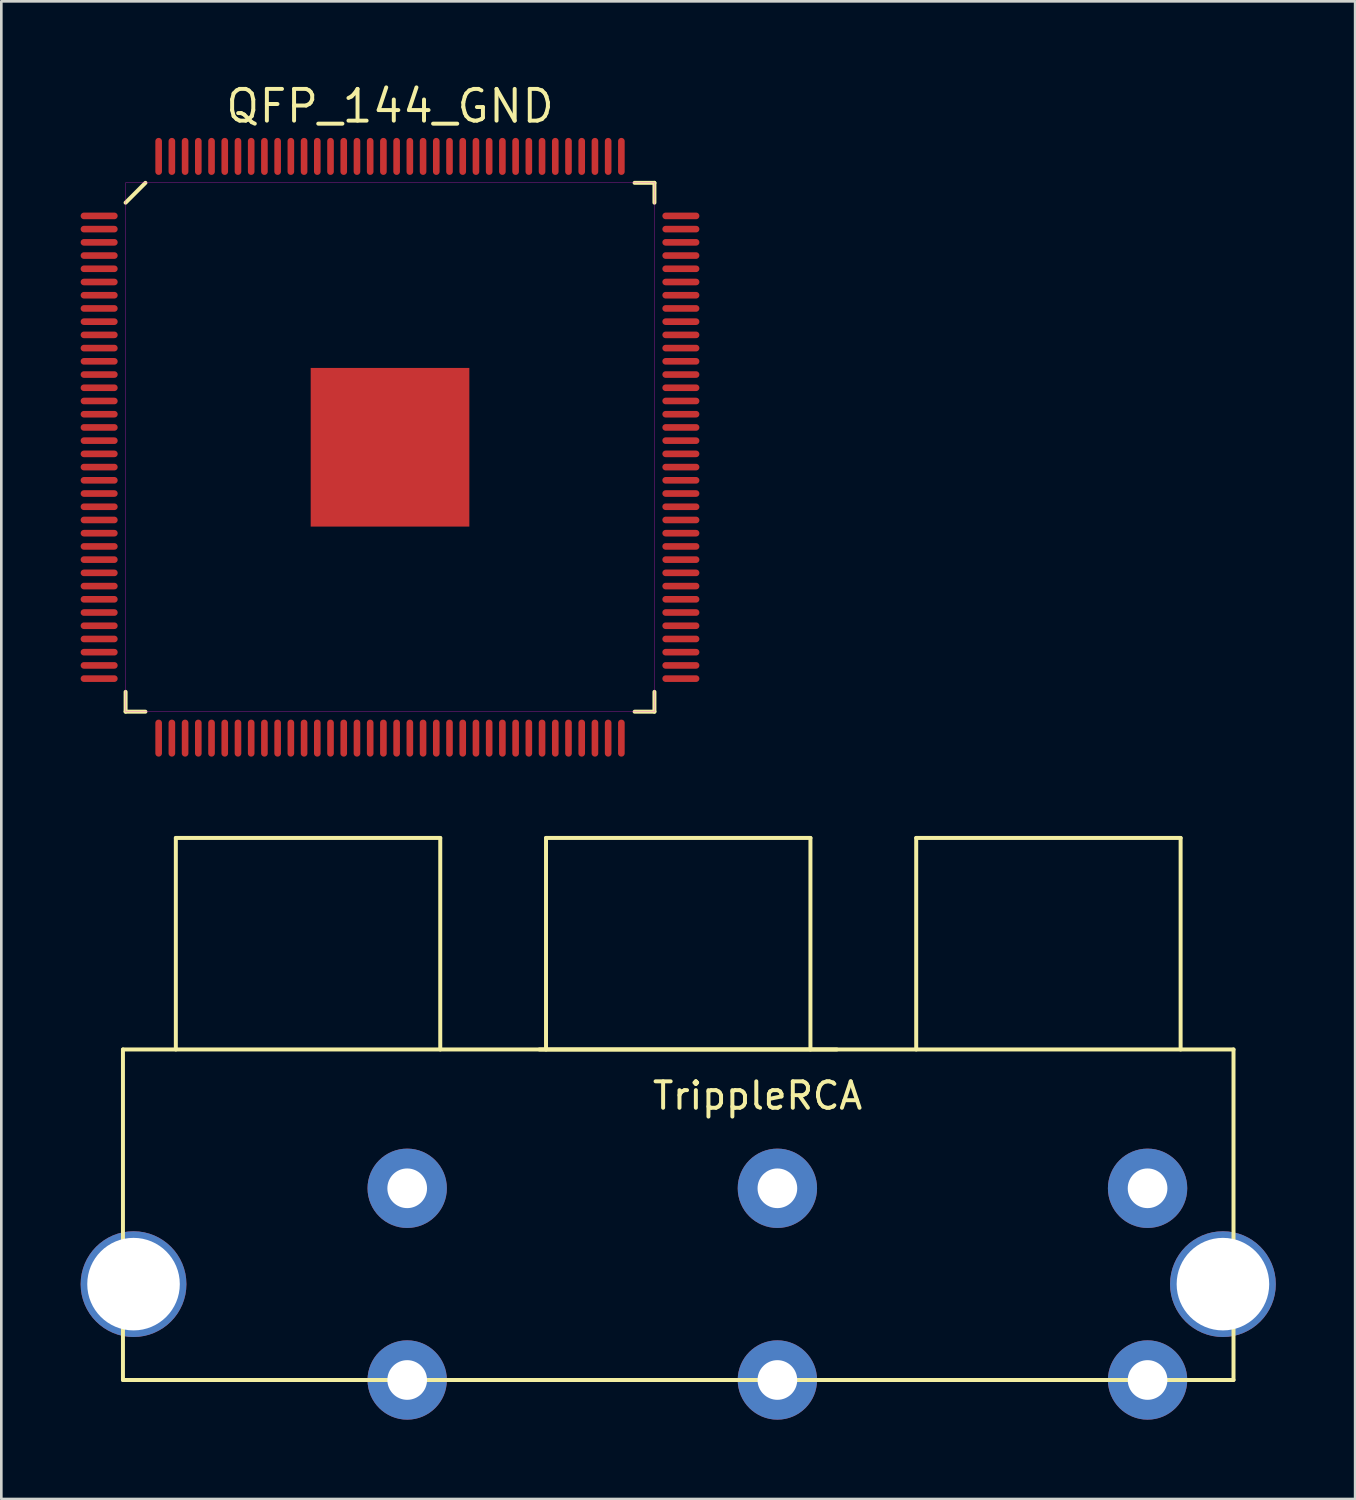
<source format=kicad_pcb>
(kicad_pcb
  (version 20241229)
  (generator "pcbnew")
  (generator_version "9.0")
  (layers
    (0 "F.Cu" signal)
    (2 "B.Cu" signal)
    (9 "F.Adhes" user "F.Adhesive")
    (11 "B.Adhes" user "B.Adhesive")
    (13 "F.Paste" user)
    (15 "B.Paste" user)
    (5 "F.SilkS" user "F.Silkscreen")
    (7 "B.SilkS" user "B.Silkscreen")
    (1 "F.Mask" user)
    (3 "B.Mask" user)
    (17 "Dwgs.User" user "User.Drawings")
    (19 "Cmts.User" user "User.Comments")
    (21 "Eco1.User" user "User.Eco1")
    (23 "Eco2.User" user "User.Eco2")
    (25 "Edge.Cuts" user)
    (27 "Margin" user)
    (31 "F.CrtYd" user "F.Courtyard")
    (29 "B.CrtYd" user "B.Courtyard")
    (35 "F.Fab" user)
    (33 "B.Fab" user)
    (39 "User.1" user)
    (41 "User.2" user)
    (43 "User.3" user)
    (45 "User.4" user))
  (footprint "TrippleRCA"
    (layer "F.Cu")
    (at 22.6 36.64)
    (property "Reference" "TrippleRCA" (at 3 1.75 0) (layer "F.SilkS") (effects (font (size 1 1) (thickness 0.15))))
    (attr through_hole)
    (fp_line (start -21 0) (end -21 12.5) (stroke (width 0.15) (type solid)) (layer "F.SilkS"))
    (fp_line (start -21 12.5) (end 21 12.5) (stroke (width 0.15) (type solid)) (layer "F.SilkS"))
    (fp_line (start -19 -8) (end -19 0) (stroke (width 0.15) (type solid)) (layer "F.SilkS"))
    (fp_line (start -9 -8) (end -19 -8) (stroke (width 0.15) (type solid)) (layer "F.SilkS"))
    (fp_line (start -9 0) (end -9 -8) (stroke (width 0.15) (type solid)) (layer "F.SilkS"))
    (fp_line (start -5.25 0) (end 6 0) (stroke (width 0.15) (type solid)) (layer "F.SilkS"))
    (fp_line (start -5 -8) (end -5 0) (stroke (width 0.15) (type solid)) (layer "F.SilkS"))
    (fp_line (start 5 -8) (end -5 -8) (stroke (width 0.15) (type solid)) (layer "F.SilkS"))
    (fp_line (start 5 0) (end 5 -8) (stroke (width 0.15) (type solid)) (layer "F.SilkS"))
    (fp_line (start 9 -8) (end 19 -8) (stroke (width 0.15) (type solid)) (layer "F.SilkS"))
    (fp_line (start 9 0) (end 9 -8) (stroke (width 0.15) (type solid)) (layer "F.SilkS"))
    (fp_line (start 19 -8) (end 19 0) (stroke (width 0.15) (type solid)) (layer "F.SilkS"))
    (fp_line (start 21 0) (end -21 0) (stroke (width 0.15) (type solid)) (layer "F.SilkS"))
    (fp_line (start 21 12.5) (end 21 0) (stroke (width 0.15) (type solid)) (layer "F.SilkS"))
    (pad "" np_thru_hole circle (at -20.6 8.875) (size 4 4) (drill 3.5) (layers "*.Cu" "*.Mask"))
    (pad "" np_thru_hole circle (at 20.6 8.875) (size 4 4) (drill 3.5) (layers "*.Cu" "*.Mask"))
    (pad "1" thru_hole circle (at -10.25 12.5) (size 3 3) (drill 1.5) (layers "*.Cu" "*.Mask"))
    (pad "2" thru_hole circle (at -10.25 5.25) (size 3 3) (drill 1.5) (layers "*.Cu" "*.Mask"))
    (pad "3" thru_hole circle (at 3.75 12.5) (size 3 3) (drill 1.5) (layers "*.Cu" "*.Mask"))
    (pad "4" thru_hole circle (at 3.75 5.25) (size 3 3) (drill 1.5) (layers "*.Cu" "*.Mask"))
    (pad "5" thru_hole circle (at 17.75 12.5) (size 3 3) (drill 1.5) (layers "*.Cu" "*.Mask"))
    (pad "6" thru_hole circle (at 17.75 5.25) (size 3 3) (drill 1.5) (layers "*.Cu" "*.Mask")))
  (footprint "QFP_144_GND"
    (layer "F.Cu")
    (at 11.7 13.865)
    (property "Reference" "QFP_144_GND" (at 0 -12.9 0) (layer "F.SilkS") (effects (font (size 1.2 1.2) (thickness 0.15))))
    (attr through_hole)
    (fp_line (start -10 -9.25) (end -9.25 -10) (stroke (width 0.15) (type solid)) (layer "F.SilkS"))
    (fp_line (start -10 10) (end -10 9.25) (stroke (width 0.15) (type solid)) (layer "F.SilkS"))
    (fp_line (start -9.25 10) (end -10 10) (stroke (width 0.15) (type solid)) (layer "F.SilkS"))
    (fp_line (start 9.25 -10) (end 10 -10) (stroke (width 0.15) (type solid)) (layer "F.SilkS"))
    (fp_line (start 9.25 10) (end 10 10) (stroke (width 0.15) (type solid)) (layer "F.SilkS"))
    (fp_line (start 10 -10) (end 10 -9.25) (stroke (width 0.15) (type solid)) (layer "F.SilkS"))
    (fp_line (start 10 10) (end 10 9.25) (stroke (width 0.15) (type solid)) (layer "F.SilkS"))
    (fp_line (start -10 -10) (end -10 10) (stroke (width 0.01) (type solid)) (layer "F.CrtYd"))
    (fp_line (start -10 -10) (end 10 -10) (stroke (width 0.01) (type solid)) (layer "F.CrtYd"))
    (fp_line (start -10 10) (end 10 10) (stroke (width 0.01) (type solid)) (layer "F.CrtYd"))
    (fp_line (start 10 -10) (end 10 10) (stroke (width 0.01) (type solid)) (layer "F.CrtYd"))
    (pad "1" smd oval (at -11 -8.75 90) (size 0.25 1.4) (layers "F.Cu" "F.Mask" "F.Paste"))
    (pad "2" smd oval (at -11 -8.25 90) (size 0.25 1.4) (layers "F.Cu" "F.Mask" "F.Paste"))
    (pad "3" smd oval (at -11 -7.75 90) (size 0.25 1.4) (layers "F.Cu" "F.Mask" "F.Paste"))
    (pad "4" smd oval (at -11 -7.25 90) (size 0.25 1.4) (layers "F.Cu" "F.Mask" "F.Paste"))
    (pad "5" smd oval (at -11 -6.75 90) (size 0.25 1.4) (layers "F.Cu" "F.Mask" "F.Paste"))
    (pad "6" smd oval (at -11 -6.25 90) (size 0.25 1.4) (layers "F.Cu" "F.Mask" "F.Paste"))
    (pad "7" smd oval (at -11 -5.75 90) (size 0.25 1.4) (layers "F.Cu" "F.Mask" "F.Paste"))
    (pad "8" smd oval (at -11 -5.25 90) (size 0.25 1.4) (layers "F.Cu" "F.Mask" "F.Paste"))
    (pad "9" smd oval (at -11 -4.75 90) (size 0.25 1.4) (layers "F.Cu" "F.Mask" "F.Paste"))
    (pad "10" smd oval (at -11 -4.25 90) (size 0.25 1.4) (layers "F.Cu" "F.Mask" "F.Paste"))
    (pad "11" smd oval (at -11 -3.75 90) (size 0.25 1.4) (layers "F.Cu" "F.Mask" "F.Paste"))
    (pad "12" smd oval (at -11 -3.25 90) (size 0.25 1.4) (layers "F.Cu" "F.Mask" "F.Paste"))
    (pad "13" smd oval (at -11 -2.75 90) (size 0.25 1.4) (layers "F.Cu" "F.Mask" "F.Paste"))
    (pad "14" smd oval (at -11 -2.25 90) (size 0.25 1.4) (layers "F.Cu" "F.Mask" "F.Paste"))
    (pad "15" smd oval (at -11 -1.75 90) (size 0.25 1.4) (layers "F.Cu" "F.Mask" "F.Paste"))
    (pad "16" smd oval (at -11 -1.25 90) (size 0.25 1.4) (layers "F.Cu" "F.Mask" "F.Paste"))
    (pad "17" smd oval (at -11 -0.75 90) (size 0.25 1.4) (layers "F.Cu" "F.Mask" "F.Paste"))
    (pad "18" smd oval (at -11 -0.25 90) (size 0.25 1.4) (layers "F.Cu" "F.Mask" "F.Paste"))
    (pad "19" smd oval (at -11 0.25 90) (size 0.25 1.4) (layers "F.Cu" "F.Mask" "F.Paste"))
    (pad "20" smd oval (at -11 0.75 90) (size 0.25 1.4) (layers "F.Cu" "F.Mask" "F.Paste"))
    (pad "21" smd oval (at -11 1.25 90) (size 0.25 1.4) (layers "F.Cu" "F.Mask" "F.Paste"))
    (pad "22" smd oval (at -11 1.75 90) (size 0.25 1.4) (layers "F.Cu" "F.Mask" "F.Paste"))
    (pad "23" smd oval (at -11 2.25 90) (size 0.25 1.4) (layers "F.Cu" "F.Mask" "F.Paste"))
    (pad "24" smd oval (at -11 2.75 90) (size 0.25 1.4) (layers "F.Cu" "F.Mask" "F.Paste"))
    (pad "25" smd oval (at -11 3.25 90) (size 0.25 1.4) (layers "F.Cu" "F.Mask" "F.Paste"))
    (pad "26" smd oval (at -11 3.75 90) (size 0.25 1.4) (layers "F.Cu" "F.Mask" "F.Paste"))
    (pad "27" smd oval (at -11 4.25 90) (size 0.25 1.4) (layers "F.Cu" "F.Mask" "F.Paste"))
    (pad "28" smd oval (at -11 4.75 90) (size 0.25 1.4) (layers "F.Cu" "F.Mask" "F.Paste"))
    (pad "29" smd oval (at -11 5.25 90) (size 0.25 1.4) (layers "F.Cu" "F.Mask" "F.Paste"))
    (pad "30" smd oval (at -11 5.75 90) (size 0.25 1.4) (layers "F.Cu" "F.Mask" "F.Paste"))
    (pad "31" smd oval (at -11 6.25 90) (size 0.25 1.4) (layers "F.Cu" "F.Mask" "F.Paste"))
    (pad "32" smd oval (at -11 6.75 90) (size 0.25 1.4) (layers "F.Cu" "F.Mask" "F.Paste"))
    (pad "33" smd oval (at -11 7.25 90) (size 0.25 1.4) (layers "F.Cu" "F.Mask" "F.Paste"))
    (pad "34" smd oval (at -11 7.75 90) (size 0.25 1.4) (layers "F.Cu" "F.Mask" "F.Paste"))
    (pad "35" smd oval (at -11 8.25 90) (size 0.25 1.4) (layers "F.Cu" "F.Mask" "F.Paste"))
    (pad "36" smd oval (at -11 8.75 90) (size 0.25 1.4) (layers "F.Cu" "F.Mask" "F.Paste"))
    (pad "37" smd oval (at -8.75 11) (size 0.25 1.4) (layers "F.Cu" "F.Mask" "F.Paste"))
    (pad "38" smd oval (at -8.25 11) (size 0.25 1.4) (layers "F.Cu" "F.Mask" "F.Paste"))
    (pad "39" smd oval (at -7.75 11) (size 0.25 1.4) (layers "F.Cu" "F.Mask" "F.Paste"))
    (pad "40" smd oval (at -7.25 11) (size 0.25 1.4) (layers "F.Cu" "F.Mask" "F.Paste"))
    (pad "41" smd oval (at -6.75 11) (size 0.25 1.4) (layers "F.Cu" "F.Mask" "F.Paste"))
    (pad "42" smd oval (at -6.25 11) (size 0.25 1.4) (layers "F.Cu" "F.Mask" "F.Paste"))
    (pad "43" smd oval (at -5.75 11) (size 0.25 1.4) (layers "F.Cu" "F.Mask" "F.Paste"))
    (pad "44" smd oval (at -5.25 11) (size 0.25 1.4) (layers "F.Cu" "F.Mask" "F.Paste"))
    (pad "45" smd oval (at -4.75 11) (size 0.25 1.4) (layers "F.Cu" "F.Mask" "F.Paste"))
    (pad "46" smd oval (at -4.25 11) (size 0.25 1.4) (layers "F.Cu" "F.Mask" "F.Paste"))
    (pad "47" smd oval (at -3.75 11) (size 0.25 1.4) (layers "F.Cu" "F.Mask" "F.Paste"))
    (pad "48" smd oval (at -3.25 11) (size 0.25 1.4) (layers "F.Cu" "F.Mask" "F.Paste"))
    (pad "49" smd oval (at -2.75 11) (size 0.25 1.4) (layers "F.Cu" "F.Mask" "F.Paste"))
    (pad "50" smd oval (at -2.25 11) (size 0.25 1.4) (layers "F.Cu" "F.Mask" "F.Paste"))
    (pad "51" smd oval (at -1.75 11) (size 0.25 1.4) (layers "F.Cu" "F.Mask" "F.Paste"))
    (pad "52" smd oval (at -1.25 11) (size 0.25 1.4) (layers "F.Cu" "F.Mask" "F.Paste"))
    (pad "53" smd oval (at -0.75 11) (size 0.25 1.4) (layers "F.Cu" "F.Mask" "F.Paste"))
    (pad "54" smd oval (at -0.25 11) (size 0.25 1.4) (layers "F.Cu" "F.Mask" "F.Paste"))
    (pad "55" smd oval (at 0.25 11) (size 0.25 1.4) (layers "F.Cu" "F.Mask" "F.Paste"))
    (pad "56" smd oval (at 0.75 11) (size 0.25 1.4) (layers "F.Cu" "F.Mask" "F.Paste"))
    (pad "57" smd oval (at 1.25 11) (size 0.25 1.4) (layers "F.Cu" "F.Mask" "F.Paste"))
    (pad "58" smd oval (at 1.75 11) (size 0.25 1.4) (layers "F.Cu" "F.Mask" "F.Paste"))
    (pad "59" smd oval (at 2.25 11) (size 0.25 1.4) (layers "F.Cu" "F.Mask" "F.Paste"))
    (pad "60" smd oval (at 2.75 11) (size 0.25 1.4) (layers "F.Cu" "F.Mask" "F.Paste"))
    (pad "61" smd oval (at 3.25 11) (size 0.25 1.4) (layers "F.Cu" "F.Mask" "F.Paste"))
    (pad "62" smd oval (at 3.75 11) (size 0.25 1.4) (layers "F.Cu" "F.Mask" "F.Paste"))
    (pad "63" smd oval (at 4.25 11) (size 0.25 1.4) (layers "F.Cu" "F.Mask" "F.Paste"))
    (pad "64" smd oval (at 4.75 11) (size 0.25 1.4) (layers "F.Cu" "F.Mask" "F.Paste"))
    (pad "65" smd oval (at 5.25 11) (size 0.25 1.4) (layers "F.Cu" "F.Mask" "F.Paste"))
    (pad "66" smd oval (at 5.75 11) (size 0.25 1.4) (layers "F.Cu" "F.Mask" "F.Paste"))
    (pad "67" smd oval (at 6.25 11) (size 0.25 1.4) (layers "F.Cu" "F.Mask" "F.Paste"))
    (pad "68" smd oval (at 6.75 11) (size 0.25 1.4) (layers "F.Cu" "F.Mask" "F.Paste"))
    (pad "69" smd oval (at 7.25 11) (size 0.25 1.4) (layers "F.Cu" "F.Mask" "F.Paste"))
    (pad "70" smd oval (at 7.75 11) (size 0.25 1.4) (layers "F.Cu" "F.Mask" "F.Paste"))
    (pad "71" smd oval (at 8.25 11) (size 0.25 1.4) (layers "F.Cu" "F.Mask" "F.Paste"))
    (pad "72" smd oval (at 8.75 11) (size 0.25 1.4) (layers "F.Cu" "F.Mask" "F.Paste"))
    (pad "73" smd oval (at 11 8.75 90) (size 0.25 1.4) (layers "F.Cu" "F.Mask" "F.Paste"))
    (pad "74" smd oval (at 11 8.25 90) (size 0.25 1.4) (layers "F.Cu" "F.Mask" "F.Paste"))
    (pad "75" smd oval (at 11 7.75 90) (size 0.25 1.4) (layers "F.Cu" "F.Mask" "F.Paste"))
    (pad "76" smd oval (at 11 7.25 90) (size 0.25 1.4) (layers "F.Cu" "F.Mask" "F.Paste"))
    (pad "77" smd oval (at 11 6.75 90) (size 0.25 1.4) (layers "F.Cu" "F.Mask" "F.Paste"))
    (pad "78" smd oval (at 11 6.25 90) (size 0.25 1.4) (layers "F.Cu" "F.Mask" "F.Paste"))
    (pad "79" smd oval (at 11 5.75 90) (size 0.25 1.4) (layers "F.Cu" "F.Mask" "F.Paste"))
    (pad "80" smd oval (at 11 5.25 90) (size 0.25 1.4) (layers "F.Cu" "F.Mask" "F.Paste"))
    (pad "81" smd oval (at 11 4.75 90) (size 0.25 1.4) (layers "F.Cu" "F.Mask" "F.Paste"))
    (pad "82" smd oval (at 11 4.25 90) (size 0.25 1.4) (layers "F.Cu" "F.Mask" "F.Paste"))
    (pad "83" smd oval (at 11 3.75 90) (size 0.25 1.4) (layers "F.Cu" "F.Mask" "F.Paste"))
    (pad "84" smd oval (at 11 3.25 90) (size 0.25 1.4) (layers "F.Cu" "F.Mask" "F.Paste"))
    (pad "85" smd oval (at 11 2.75 90) (size 0.25 1.4) (layers "F.Cu" "F.Mask" "F.Paste"))
    (pad "86" smd oval (at 11 2.25 90) (size 0.25 1.4) (layers "F.Cu" "F.Mask" "F.Paste"))
    (pad "87" smd oval (at 11 1.75 90) (size 0.25 1.4) (layers "F.Cu" "F.Mask" "F.Paste"))
    (pad "88" smd oval (at 11 1.25 90) (size 0.25 1.4) (layers "F.Cu" "F.Mask" "F.Paste"))
    (pad "89" smd oval (at 11 0.75 90) (size 0.25 1.4) (layers "F.Cu" "F.Mask" "F.Paste"))
    (pad "90" smd oval (at 11 0.25 90) (size 0.25 1.4) (layers "F.Cu" "F.Mask" "F.Paste"))
    (pad "91" smd oval (at 11 -0.25 90) (size 0.25 1.4) (layers "F.Cu" "F.Mask" "F.Paste"))
    (pad "92" smd oval (at 11 -0.75 90) (size 0.25 1.4) (layers "F.Cu" "F.Mask" "F.Paste"))
    (pad "93" smd oval (at 11 -1.25 90) (size 0.25 1.4) (layers "F.Cu" "F.Mask" "F.Paste"))
    (pad "94" smd oval (at 11 -1.75 90) (size 0.25 1.4) (layers "F.Cu" "F.Mask" "F.Paste"))
    (pad "95" smd oval (at 11 -2.25 90) (size 0.25 1.4) (layers "F.Cu" "F.Mask" "F.Paste"))
    (pad "96" smd oval (at 11 -2.75 90) (size 0.25 1.4) (layers "F.Cu" "F.Mask" "F.Paste"))
    (pad "97" smd oval (at 11 -3.25 90) (size 0.25 1.4) (layers "F.Cu" "F.Mask" "F.Paste"))
    (pad "98" smd oval (at 11 -3.75 90) (size 0.25 1.4) (layers "F.Cu" "F.Mask" "F.Paste"))
    (pad "99" smd oval (at 11 -4.25 90) (size 0.25 1.4) (layers "F.Cu" "F.Mask" "F.Paste"))
    (pad "100" smd oval (at 11 -4.75 90) (size 0.25 1.4) (layers "F.Cu" "F.Mask" "F.Paste"))
    (pad "101" smd oval (at 11 -5.25 90) (size 0.25 1.4) (layers "F.Cu" "F.Mask" "F.Paste"))
    (pad "102" smd oval (at 11 -5.75 90) (size 0.25 1.4) (layers "F.Cu" "F.Mask" "F.Paste"))
    (pad "103" smd oval (at 11 -6.25 90) (size 0.25 1.4) (layers "F.Cu" "F.Mask" "F.Paste"))
    (pad "104" smd oval (at 11 -6.75 90) (size 0.25 1.4) (layers "F.Cu" "F.Mask" "F.Paste"))
    (pad "105" smd oval (at 11 -7.25 90) (size 0.25 1.4) (layers "F.Cu" "F.Mask" "F.Paste"))
    (pad "106" smd oval (at 11 -7.75 90) (size 0.25 1.4) (layers "F.Cu" "F.Mask" "F.Paste"))
    (pad "107" smd oval (at 11 -8.25 90) (size 0.25 1.4) (layers "F.Cu" "F.Mask" "F.Paste"))
    (pad "108" smd oval (at 11 -8.75 90) (size 0.25 1.4) (layers "F.Cu" "F.Mask" "F.Paste"))
    (pad "109" smd oval (at 8.75 -11) (size 0.25 1.4) (layers "F.Cu" "F.Mask" "F.Paste"))
    (pad "110" smd oval (at 8.25 -11) (size 0.25 1.4) (layers "F.Cu" "F.Mask" "F.Paste"))
    (pad "111" smd oval (at 7.75 -11) (size 0.25 1.4) (layers "F.Cu" "F.Mask" "F.Paste"))
    (pad "112" smd oval (at 7.25 -11) (size 0.25 1.4) (layers "F.Cu" "F.Mask" "F.Paste"))
    (pad "113" smd oval (at 6.75 -11) (size 0.25 1.4) (layers "F.Cu" "F.Mask" "F.Paste"))
    (pad "114" smd oval (at 6.25 -11) (size 0.25 1.4) (layers "F.Cu" "F.Mask" "F.Paste"))
    (pad "115" smd oval (at 5.75 -11) (size 0.25 1.4) (layers "F.Cu" "F.Mask" "F.Paste"))
    (pad "116" smd oval (at 5.25 -11) (size 0.25 1.4) (layers "F.Cu" "F.Mask" "F.Paste"))
    (pad "117" smd oval (at 4.75 -11) (size 0.25 1.4) (layers "F.Cu" "F.Mask" "F.Paste"))
    (pad "118" smd oval (at 4.25 -11) (size 0.25 1.4) (layers "F.Cu" "F.Mask" "F.Paste"))
    (pad "119" smd oval (at 3.75 -11) (size 0.25 1.4) (layers "F.Cu" "F.Mask" "F.Paste"))
    (pad "120" smd oval (at 3.25 -11) (size 0.25 1.4) (layers "F.Cu" "F.Mask" "F.Paste"))
    (pad "121" smd oval (at 2.75 -11) (size 0.25 1.4) (layers "F.Cu" "F.Mask" "F.Paste"))
    (pad "122" smd oval (at 2.25 -11) (size 0.25 1.4) (layers "F.Cu" "F.Mask" "F.Paste"))
    (pad "123" smd oval (at 1.75 -11) (size 0.25 1.4) (layers "F.Cu" "F.Mask" "F.Paste"))
    (pad "124" smd oval (at 1.25 -11) (size 0.25 1.4) (layers "F.Cu" "F.Mask" "F.Paste"))
    (pad "125" smd oval (at 0.75 -11) (size 0.25 1.4) (layers "F.Cu" "F.Mask" "F.Paste"))
    (pad "126" smd oval (at 0.25 -11) (size 0.25 1.4) (layers "F.Cu" "F.Mask" "F.Paste"))
    (pad "127" smd oval (at -0.25 -11) (size 0.25 1.4) (layers "F.Cu" "F.Mask" "F.Paste"))
    (pad "128" smd oval (at -0.75 -11) (size 0.25 1.4) (layers "F.Cu" "F.Mask" "F.Paste"))
    (pad "129" smd oval (at -1.25 -11) (size 0.25 1.4) (layers "F.Cu" "F.Mask" "F.Paste"))
    (pad "130" smd oval (at -1.75 -11) (size 0.25 1.4) (layers "F.Cu" "F.Mask" "F.Paste"))
    (pad "131" smd oval (at -2.25 -11) (size 0.25 1.4) (layers "F.Cu" "F.Mask" "F.Paste"))
    (pad "132" smd oval (at -2.75 -11) (size 0.25 1.4) (layers "F.Cu" "F.Mask" "F.Paste"))
    (pad "133" smd oval (at -3.25 -11) (size 0.25 1.4) (layers "F.Cu" "F.Mask" "F.Paste"))
    (pad "134" smd oval (at -3.75 -11) (size 0.25 1.4) (layers "F.Cu" "F.Mask" "F.Paste"))
    (pad "135" smd oval (at -4.25 -11) (size 0.25 1.4) (layers "F.Cu" "F.Mask" "F.Paste"))
    (pad "136" smd oval (at -4.75 -11) (size 0.25 1.4) (layers "F.Cu" "F.Mask" "F.Paste"))
    (pad "137" smd oval (at -5.25 -11) (size 0.25 1.4) (layers "F.Cu" "F.Mask" "F.Paste"))
    (pad "138" smd oval (at -5.75 -11) (size 0.25 1.4) (layers "F.Cu" "F.Mask" "F.Paste"))
    (pad "139" smd oval (at -6.25 -11) (size 0.25 1.4) (layers "F.Cu" "F.Mask" "F.Paste"))
    (pad "140" smd oval (at -6.75 -11) (size 0.25 1.4) (layers "F.Cu" "F.Mask" "F.Paste"))
    (pad "141" smd oval (at -7.25 -11) (size 0.25 1.4) (layers "F.Cu" "F.Mask" "F.Paste"))
    (pad "142" smd oval (at -7.75 -11) (size 0.25 1.4) (layers "F.Cu" "F.Mask" "F.Paste"))
    (pad "143" smd oval (at -8.25 -11) (size 0.25 1.4) (layers "F.Cu" "F.Mask" "F.Paste"))
    (pad "144" smd oval (at -8.75 -11) (size 0.25 1.4) (layers "F.Cu" "F.Mask" "F.Paste"))
    (pad "145" smd rect (at 0 0) (size 6 6) (layers "F.Cu" "F.Mask" "F.Paste")))
  (gr_rect
    (start -3 -3)
    (end 48.2 53.64)
    (stroke (width 0.1) (type default))
    (fill no)
    (layer "Edge.Cuts")))
</source>
